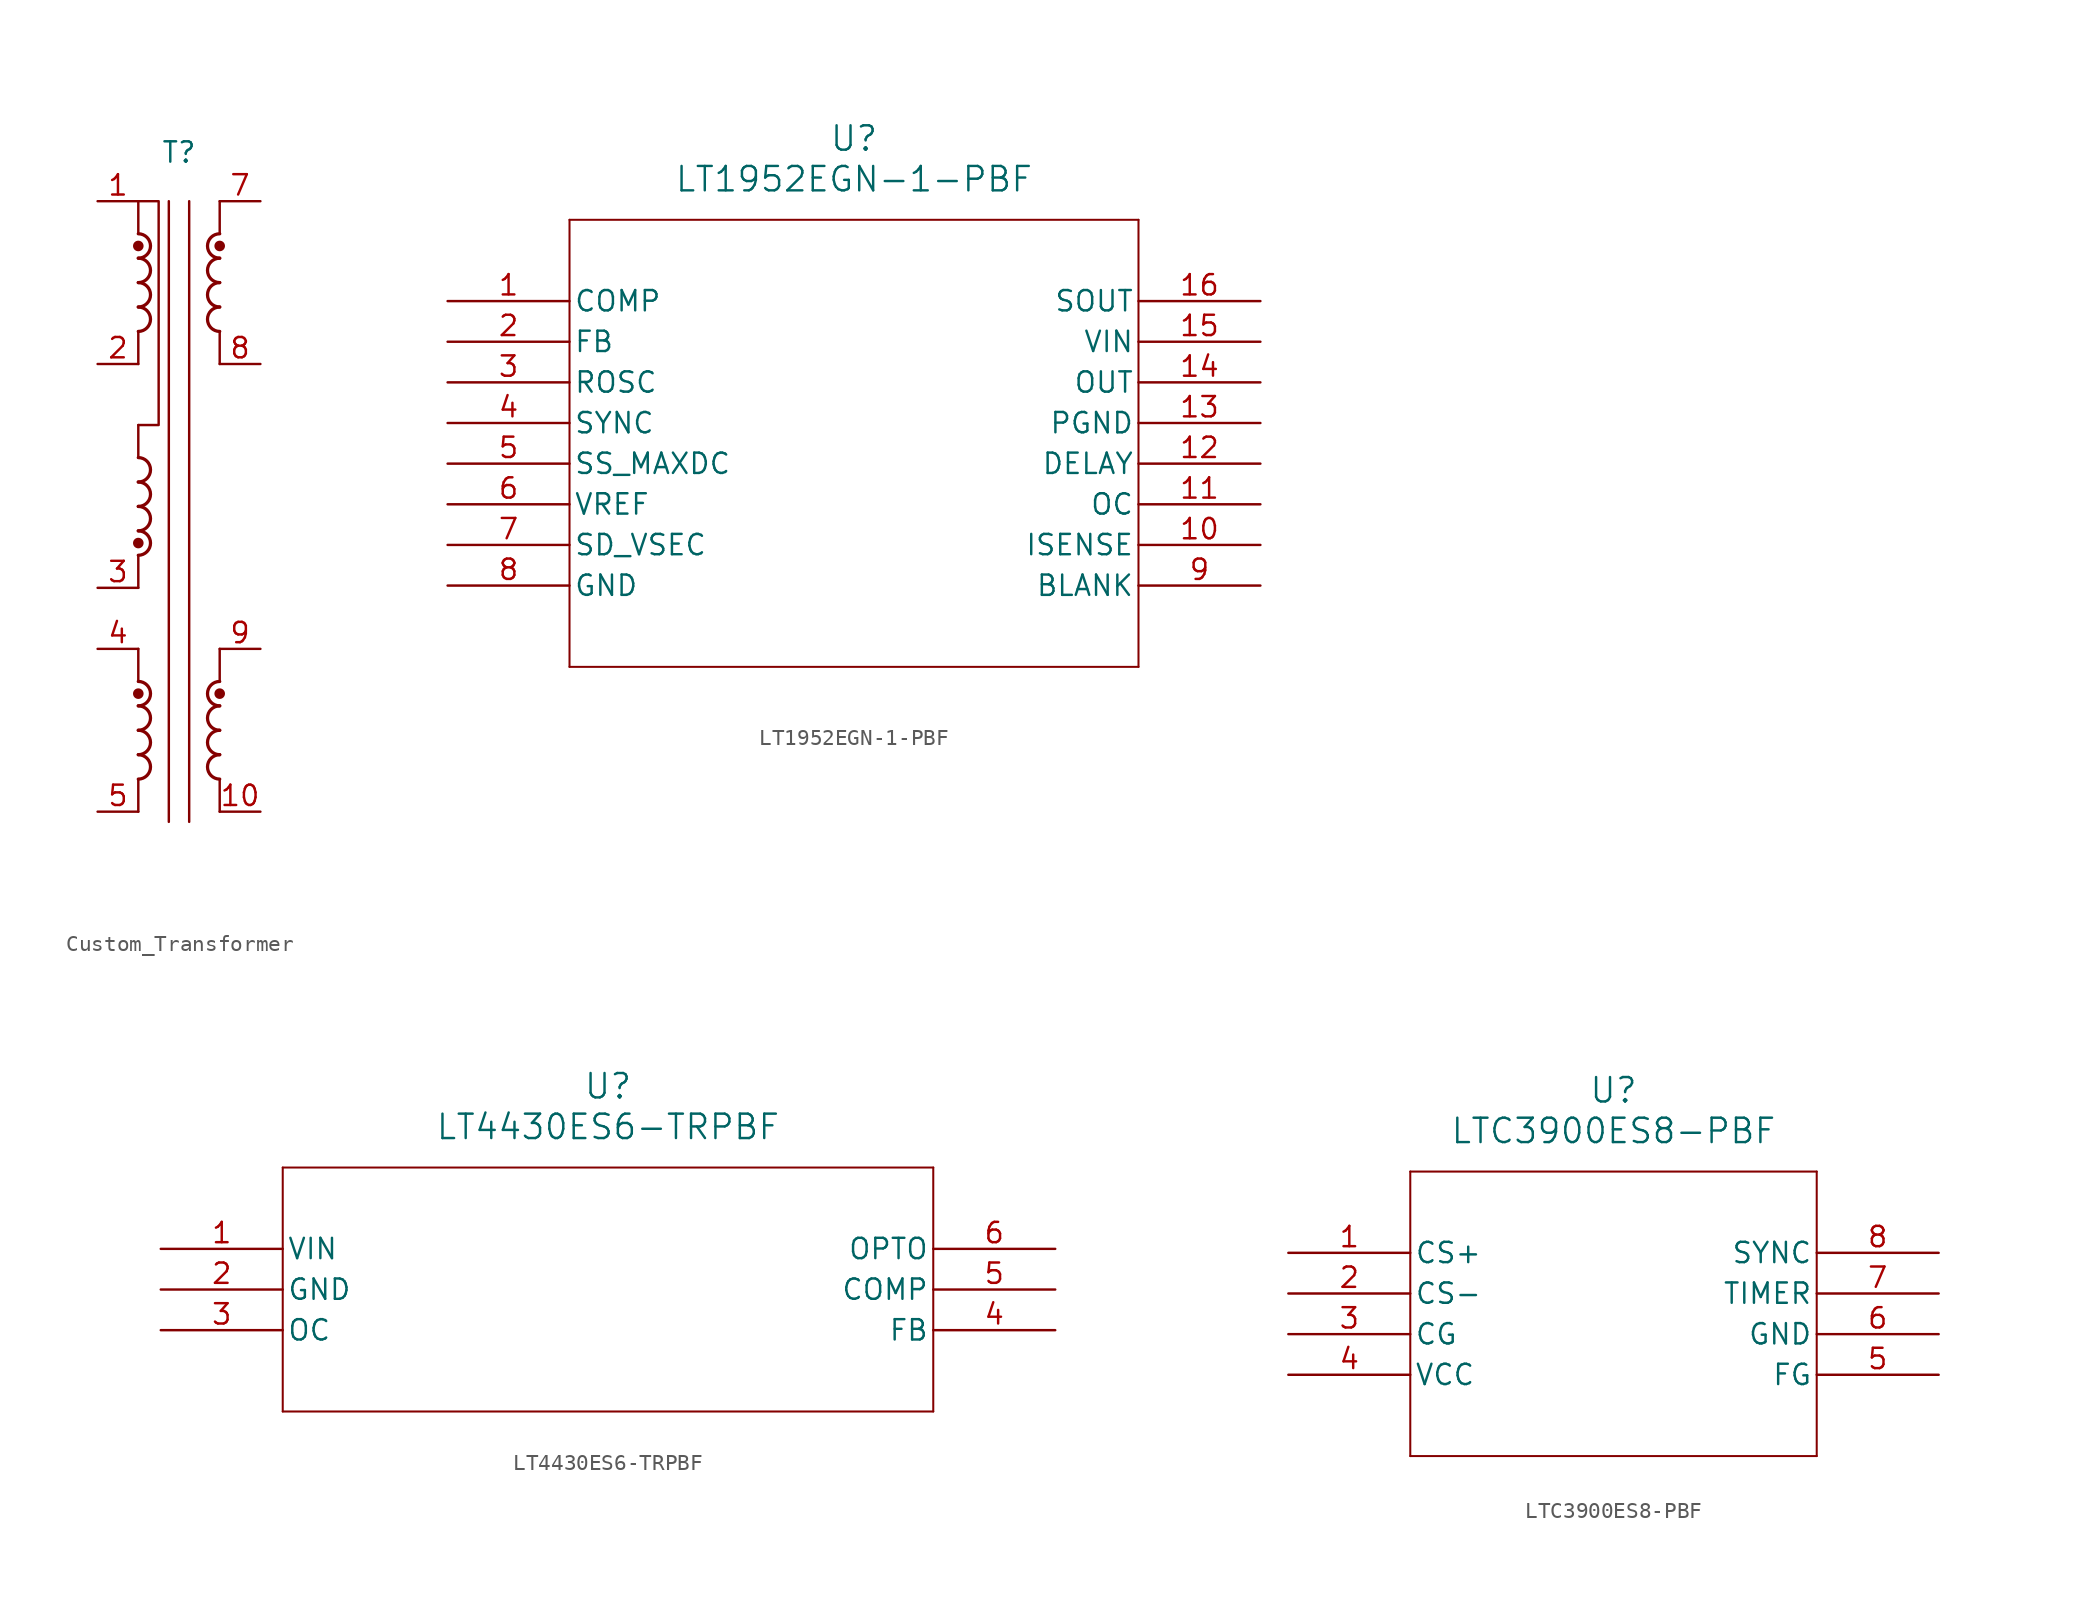
<source format=kicad_sym>
(kicad_symbol_lib
  (version 20231120)
  (generator "kicad_symbol_editor")
  (generator_version "8.0")
  (symbol "Custom_Transformer"
    (property "Reference" "T"
      (at 0 20.828 0)
      (effects (font (size 1.27 1.27))))
    (property "Value" ""
      (at 3.81 -22.86 0)
      (effects (font (size 1.27 1.27))))
    (symbol "Custom_Transformer_0_1"
      (arc (start -2.54 -18.288) (mid -1.7813 -17.526) (end -2.54 -16.764) (stroke (width 0.2032) (type default)) (fill (type none)))
      (arc (start -2.54 -16.764) (mid -1.7813 -16.002) (end -2.54 -15.24) (stroke (width 0.2032) (type default)) (fill (type none)))
      (arc (start -2.54 -15.24) (mid -1.7813 -14.478) (end -2.54 -13.716) (stroke (width 0.2032) (type default)) (fill (type none)))
      (circle (center -2.54 -12.954) (radius 0.254) (stroke (width 0) (type default)) (fill (type outline)))
      (arc (start -2.54 -4.318) (mid -1.7813 -3.556) (end -2.54 -2.794) (stroke (width 0.2032) (type default)) (fill (type none)))
      (circle (center -2.54 -3.556) (radius 0.254) (stroke (width 0) (type default)) (fill (type outline)))
      (arc (start -2.54 -2.794) (mid -1.7813 -2.032) (end -2.54 -1.27) (stroke (width 0.2032) (type default)) (fill (type none)))
      (arc (start -2.54 -1.27) (mid -1.7813 -0.508) (end -2.54 0.254) (stroke (width 0.2032) (type default)) (fill (type none)))
      (arc (start -2.54 9.652) (mid -1.7813 10.414) (end -2.54 11.176) (stroke (width 0.2032) (type default)) (fill (type none)))
      (arc (start -2.54 11.176) (mid -1.7813 11.938) (end -2.54 12.7) (stroke (width 0.2032) (type default)) (fill (type none)))
      (arc (start -2.54 12.7) (mid -1.7813 13.462) (end -2.54 14.224) (stroke (width 0.2032) (type default)) (fill (type none)))
      (circle (center -2.54 14.986) (radius 0.254) (stroke (width 0) (type default)) (fill (type outline)))
      (polyline (pts (xy -2.54 -18.288) (xy -2.54 -20.32)) (stroke (width 0) (type default)) (fill (type none)))
      (polyline (pts (xy -2.54 -10.16) (xy -2.54 -12.192)) (stroke (width 0) (type default)) (fill (type none)))
      (polyline (pts (xy -2.54 -4.318) (xy -2.54 -6.35)) (stroke (width 0) (type default)) (fill (type none)))
      (polyline (pts (xy -2.54 3.81) (xy -2.54 1.778)) (stroke (width 0) (type default)) (fill (type none)))
      (polyline (pts (xy -2.54 9.652) (xy -2.54 7.62)) (stroke (width 0) (type default)) (fill (type none)))
      (polyline (pts (xy -2.54 17.78) (xy -2.54 15.748)) (stroke (width 0) (type default)) (fill (type none)))
      (polyline (pts (xy -0.635 17.78) (xy -0.635 -20.955)) (stroke (width 0) (type default)) (fill (type none)))
      (polyline (pts (xy 0.635 17.78) (xy 0.635 -20.955)) (stroke (width 0) (type default)) (fill (type none)))
      (polyline (pts (xy 2.54 -18.288) (xy 2.54 -20.32)) (stroke (width 0) (type default)) (fill (type none)))
      (polyline (pts (xy 2.54 -10.16) (xy 2.54 -12.192)) (stroke (width 0) (type default)) (fill (type none)))
      (polyline (pts (xy 2.54 9.652) (xy 2.54 7.62)) (stroke (width 0) (type default)) (fill (type none)))
      (polyline (pts (xy 2.54 17.78) (xy 2.54 15.748)) (stroke (width 0) (type default)) (fill (type none)))
      (polyline (pts (xy -2.54 17.78) (xy -1.27 17.78) (xy -1.27 3.81) (xy -2.54 3.81)) (stroke (width 0) (type default)) (fill (type none)))
      (arc (start 2.54 -16.764) (mid 1.7813 -17.526) (end 2.54 -18.288) (stroke (width 0.2032) (type default)) (fill (type none)))
      (arc (start 2.54 -15.24) (mid 1.7813 -16.002) (end 2.54 -16.764) (stroke (width 0.2032) (type default)) (fill (type none)))
      (arc (start 2.54 -13.716) (mid 1.7813 -14.478) (end 2.54 -15.24) (stroke (width 0.2032) (type default)) (fill (type none)))
      (circle (center 2.54 -12.954) (radius 0.254) (stroke (width 0) (type default)) (fill (type outline)))
      (arc (start 2.54 -12.192) (mid 1.7813 -12.954) (end 2.54 -13.716) (stroke (width 0.2032) (type default)) (fill (type none)))
      (arc (start 2.54 11.176) (mid 1.7813 10.414) (end 2.54 9.652) (stroke (width 0.2032) (type default)) (fill (type none)))
      (arc (start 2.54 12.7) (mid 1.7813 11.938) (end 2.54 11.176) (stroke (width 0.2032) (type default)) (fill (type none)))
      (arc (start 2.54 14.224) (mid 1.7813 13.462) (end 2.54 12.7) (stroke (width 0.2032) (type default)) (fill (type none)))
      (circle (center 2.54 14.986) (radius 0.254) (stroke (width 0) (type default)) (fill (type outline)))
      (arc (start 2.54 15.748) (mid 1.7813 14.986) (end 2.54 14.224) (stroke (width 0.2032) (type default)) (fill (type none))))
    (symbol "Custom_Transformer_1_1"
      (arc (start -2.54 -13.716) (mid -1.7813 -12.954) (end -2.54 -12.192) (stroke (width 0.2032) (type default)) (fill (type none)))
      (arc (start -2.54 0.254) (mid -1.7813 1.016) (end -2.54 1.778) (stroke (width 0.2032) (type default)) (fill (type none)))
      (arc (start -2.54 14.224) (mid -1.7813 14.986) (end -2.54 15.748) (stroke (width 0.2032) (type default)) (fill (type none)))
      (pin passive line (at -5.08 17.78 0) (length 2.54) (name "~" (effects (font (size 1.27 1.27)))) (number "1" (effects (font (size 1.27 1.27)))))
      (pin passive line (at 5.08 -20.32 180) (length 2.54) (name "~" (effects (font (size 1.27 1.27)))) (number "10" (effects (font (size 1.27 1.27)))))
      (pin passive line (at -5.08 7.62 0) (length 2.54) (name "~" (effects (font (size 1.27 1.27)))) (number "2" (effects (font (size 1.27 1.27)))))
      (pin passive line (at -5.08 -6.35 0) (length 2.54) (name "~" (effects (font (size 1.27 1.27)))) (number "3" (effects (font (size 1.27 1.27)))))
      (pin passive line (at -5.08 -10.16 0) (length 2.54) (name "~" (effects (font (size 1.27 1.27)))) (number "4" (effects (font (size 1.27 1.27)))))
      (pin passive line (at -5.08 -20.32 0) (length 2.54) (name "~" (effects (font (size 1.27 1.27)))) (number "5" (effects (font (size 1.27 1.27)))))
      (pin passive line (at 5.08 17.78 180) (length 2.54) (name "~" (effects (font (size 1.27 1.27)))) (number "7" (effects (font (size 1.27 1.27)))))
      (pin passive line (at 5.08 7.62 180) (length 2.54) (name "~" (effects (font (size 1.27 1.27)))) (number "8" (effects (font (size 1.27 1.27)))))
      (pin passive line (at 5.08 -10.16 180) (length 2.54) (name "~" (effects (font (size 1.27 1.27)))) (number "9" (effects (font (size 1.27 1.27)))))))
  (symbol "LT1952EGN-1-PBF"
    (pin_names
      (offset 0.254))
    (property "Reference" "U"
      (at 25.4 10.16 0)
      (effects (font (size 1.524 1.524))))
    (property "Value" "LT1952EGN-1-PBF"
      (at 25.4 7.62 0)
      (effects (font (size 1.524 1.524))))
    (property "ki_locked" ""
      (at 0 0 0)
      (effects (font (size 1.27 1.27))))
    (symbol "LT1952EGN-1-PBF_0_1"
      (polyline (pts (xy 7.62 -22.86) (xy 43.18 -22.86)) (stroke (width 0.127) (type default)) (fill (type none)))
      (polyline (pts (xy 7.62 5.08) (xy 7.62 -22.86)) (stroke (width 0.127) (type default)) (fill (type none)))
      (polyline (pts (xy 43.18 -22.86) (xy 43.18 5.08)) (stroke (width 0.127) (type default)) (fill (type none)))
      (polyline (pts (xy 43.18 5.08) (xy 7.62 5.08)) (stroke (width 0.127) (type default)) (fill (type none)))
      (pin output line (at 0 0 0) (length 7.62) (name "COMP" (effects (font (size 1.27 1.27)))) (number "1" (effects (font (size 1.27 1.27)))))
      (pin input line (at 50.8 -15.24 180) (length 7.62) (name "ISENSE" (effects (font (size 1.27 1.27)))) (number "10" (effects (font (size 1.27 1.27)))))
      (pin unspecified line (at 50.8 -12.7 180) (length 7.62) (name "OC" (effects (font (size 1.27 1.27)))) (number "11" (effects (font (size 1.27 1.27)))))
      (pin unspecified line (at 50.8 -10.16 180) (length 7.62) (name "DELAY" (effects (font (size 1.27 1.27)))) (number "12" (effects (font (size 1.27 1.27)))))
      (pin power_in line (at 50.8 -7.62 180) (length 7.62) (name "PGND" (effects (font (size 1.27 1.27)))) (number "13" (effects (font (size 1.27 1.27)))))
      (pin output line (at 50.8 -5.08 180) (length 7.62) (name "OUT" (effects (font (size 1.27 1.27)))) (number "14" (effects (font (size 1.27 1.27)))))
      (pin input line (at 50.8 -2.54 180) (length 7.62) (name "VIN" (effects (font (size 1.27 1.27)))) (number "15" (effects (font (size 1.27 1.27)))))
      (pin output line (at 50.8 0 180) (length 7.62) (name "SOUT" (effects (font (size 1.27 1.27)))) (number "16" (effects (font (size 1.27 1.27)))))
      (pin output line (at 0 -2.54 0) (length 7.62) (name "FB" (effects (font (size 1.27 1.27)))) (number "2" (effects (font (size 1.27 1.27)))))
      (pin unspecified line (at 0 -5.08 0) (length 7.62) (name "ROSC" (effects (font (size 1.27 1.27)))) (number "3" (effects (font (size 1.27 1.27)))))
      (pin unspecified line (at 0 -7.62 0) (length 7.62) (name "SYNC" (effects (font (size 1.27 1.27)))) (number "4" (effects (font (size 1.27 1.27)))))
      (pin unspecified line (at 0 -10.16 0) (length 7.62) (name "SS_MAXDC" (effects (font (size 1.27 1.27)))) (number "5" (effects (font (size 1.27 1.27)))))
      (pin output line (at 0 -12.7 0) (length 7.62) (name "VREF" (effects (font (size 1.27 1.27)))) (number "6" (effects (font (size 1.27 1.27)))))
      (pin unspecified line (at 0 -15.24 0) (length 7.62) (name "SD_VSEC" (effects (font (size 1.27 1.27)))) (number "7" (effects (font (size 1.27 1.27)))))
      (pin power_in line (at 0 -17.78 0) (length 7.62) (name "GND" (effects (font (size 1.27 1.27)))) (number "8" (effects (font (size 1.27 1.27)))))
      (pin output line (at 50.8 -17.78 180) (length 7.62) (name "BLANK" (effects (font (size 1.27 1.27)))) (number "9" (effects (font (size 1.27 1.27)))))))
  (symbol "LT4430ES6-TRPBF"
    (pin_names
      (offset 0.254))
    (property "Reference" "U"
      (at 27.94 10.16 0)
      (effects (font (size 1.524 1.524))))
    (property "Value" "LT4430ES6-TRPBF"
      (at 27.94 7.62 0)
      (effects (font (size 1.524 1.524))))
    (property "ki_locked" ""
      (at 0 0 0)
      (effects (font (size 1.27 1.27))))
    (symbol "LT4430ES6-TRPBF_0_1"
      (polyline (pts (xy 7.62 -10.16) (xy 48.26 -10.16)) (stroke (width 0.127) (type default)) (fill (type none)))
      (polyline (pts (xy 7.62 5.08) (xy 7.62 -10.16)) (stroke (width 0.127) (type default)) (fill (type none)))
      (polyline (pts (xy 48.26 -10.16) (xy 48.26 5.08)) (stroke (width 0.127) (type default)) (fill (type none)))
      (polyline (pts (xy 48.26 5.08) (xy 7.62 5.08)) (stroke (width 0.127) (type default)) (fill (type none)))
      (pin input line (at 0 0 0) (length 7.62) (name "VIN" (effects (font (size 1.27 1.27)))) (number "1" (effects (font (size 1.27 1.27)))))
      (pin power_in line (at 0 -2.54 0) (length 7.62) (name "GND" (effects (font (size 1.27 1.27)))) (number "2" (effects (font (size 1.27 1.27)))))
      (pin unspecified line (at 0 -5.08 0) (length 7.62) (name "OC" (effects (font (size 1.27 1.27)))) (number "3" (effects (font (size 1.27 1.27)))))
      (pin input line (at 55.88 -5.08 180) (length 7.62) (name "FB" (effects (font (size 1.27 1.27)))) (number "4" (effects (font (size 1.27 1.27)))))
      (pin output line (at 55.88 -2.54 180) (length 7.62) (name "COMP" (effects (font (size 1.27 1.27)))) (number "5" (effects (font (size 1.27 1.27)))))
      (pin output line (at 55.88 0 180) (length 7.62) (name "OPTO" (effects (font (size 1.27 1.27)))) (number "6" (effects (font (size 1.27 1.27)))))))
  (symbol "LTC3900ES8-PBF"
    (pin_names
      (offset 0.254))
    (property "Reference" "U"
      (at 20.32 10.16 0)
      (effects (font (size 1.524 1.524))))
    (property "Value" "LTC3900ES8-PBF"
      (at 20.32 7.62 0)
      (effects (font (size 1.524 1.524))))
    (property "ki_locked" ""
      (at 0 0 0)
      (effects (font (size 1.27 1.27))))
    (symbol "LTC3900ES8-PBF_0_1"
      (polyline (pts (xy 7.62 -12.7) (xy 33.02 -12.7)) (stroke (width 0.127) (type default)) (fill (type none)))
      (polyline (pts (xy 7.62 5.08) (xy 7.62 -12.7)) (stroke (width 0.127) (type default)) (fill (type none)))
      (polyline (pts (xy 33.02 -12.7) (xy 33.02 5.08)) (stroke (width 0.127) (type default)) (fill (type none)))
      (polyline (pts (xy 33.02 5.08) (xy 7.62 5.08)) (stroke (width 0.127) (type default)) (fill (type none)))
      (pin input line (at 0 0 0) (length 7.62) (name "CS+" (effects (font (size 1.27 1.27)))) (number "1" (effects (font (size 1.27 1.27)))))
      (pin input line (at 0 -2.54 0) (length 7.62) (name "CS-" (effects (font (size 1.27 1.27)))) (number "2" (effects (font (size 1.27 1.27)))))
      (pin unspecified line (at 0 -5.08 0) (length 7.62) (name "CG" (effects (font (size 1.27 1.27)))) (number "3" (effects (font (size 1.27 1.27)))))
      (pin power_in line (at 0 -7.62 0) (length 7.62) (name "VCC" (effects (font (size 1.27 1.27)))) (number "4" (effects (font (size 1.27 1.27)))))
      (pin unspecified line (at 40.64 -7.62 180) (length 7.62) (name "FG" (effects (font (size 1.27 1.27)))) (number "5" (effects (font (size 1.27 1.27)))))
      (pin power_in line (at 40.64 -5.08 180) (length 7.62) (name "GND" (effects (font (size 1.27 1.27)))) (number "6" (effects (font (size 1.27 1.27)))))
      (pin input line (at 40.64 -2.54 180) (length 7.62) (name "TIMER" (effects (font (size 1.27 1.27)))) (number "7" (effects (font (size 1.27 1.27)))))
      (pin input line (at 40.64 0 180) (length 7.62) (name "SYNC" (effects (font (size 1.27 1.27)))) (number "8" (effects (font (size 1.27 1.27))))))))
</source>
